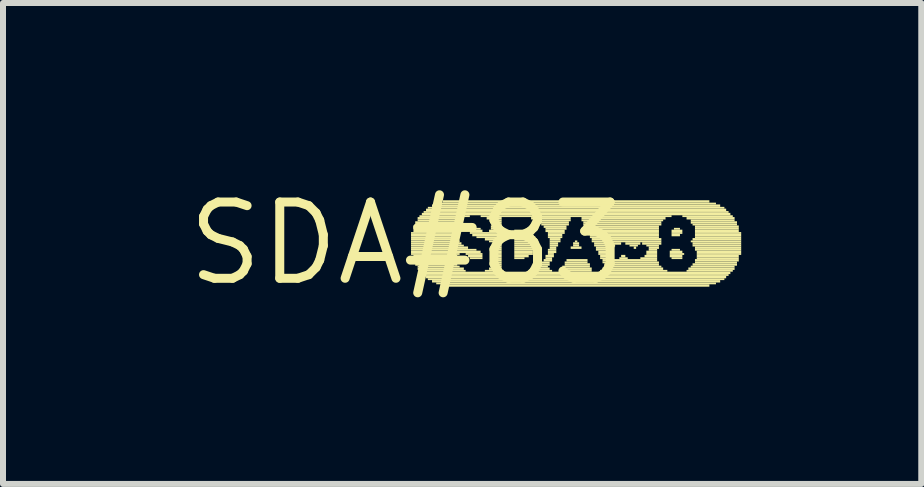
<source format=kicad_pcb>
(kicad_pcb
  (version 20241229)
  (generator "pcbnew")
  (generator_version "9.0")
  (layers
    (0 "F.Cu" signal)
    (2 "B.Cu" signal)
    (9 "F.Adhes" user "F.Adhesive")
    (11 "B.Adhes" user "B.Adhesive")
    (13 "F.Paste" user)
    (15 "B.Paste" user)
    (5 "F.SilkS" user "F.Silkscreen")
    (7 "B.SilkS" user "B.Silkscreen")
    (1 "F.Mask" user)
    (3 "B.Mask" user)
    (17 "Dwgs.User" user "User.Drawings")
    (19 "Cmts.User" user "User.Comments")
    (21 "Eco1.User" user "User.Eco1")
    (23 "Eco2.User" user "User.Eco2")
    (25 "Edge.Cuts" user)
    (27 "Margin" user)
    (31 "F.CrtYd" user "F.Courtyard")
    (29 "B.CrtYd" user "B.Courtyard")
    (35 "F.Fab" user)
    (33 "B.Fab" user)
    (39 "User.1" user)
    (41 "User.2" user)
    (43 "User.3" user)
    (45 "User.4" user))
  (footprint "SDA#83"
    (layer "F.Cu")
    (at 3.727 1.006)
    (property "Reference" "SDA#83" (at 0 0 0) (layer "F.SilkS") (effects (font (size 1.27 1.27) (thickness 0.15))))
    (fp_poly (pts (xy 0.07 -0.16) (xy 0.84 -0.16) (xy 0.84 -0.19) (xy 0.07 -0.19)) (stroke (width 0) (type solid)) (fill yes) (layer "F.SilkS"))
    (fp_poly (pts (xy 0.07 -0.12) (xy 0.84 -0.12) (xy 0.84 -0.16) (xy 0.07 -0.16)) (stroke (width 0) (type solid)) (fill yes) (layer "F.SilkS"))
    (fp_poly (pts (xy 0.07 -0.09) (xy 0.84 -0.09) (xy 0.84 -0.12) (xy 0.07 -0.12)) (stroke (width 0) (type solid)) (fill yes) (layer "F.SilkS"))
    (fp_poly (pts (xy 0.07 -0.05) (xy 0.84 -0.05) (xy 0.84 -0.09) (xy 0.07 -0.09)) (stroke (width 0) (type solid)) (fill yes) (layer "F.SilkS"))
    (fp_poly (pts (xy 0.07 -0.02) (xy 0.88 -0.02) (xy 0.88 -0.05) (xy 0.07 -0.05)) (stroke (width 0) (type solid)) (fill yes) (layer "F.SilkS"))
    (fp_poly (pts (xy 0.07 0.02) (xy 0.91 0.02) (xy 0.91 -0.02) (xy 0.07 -0.02)) (stroke (width 0) (type solid)) (fill yes) (layer "F.SilkS"))
    (fp_poly (pts (xy 0.07 0.05) (xy 0.95 0.05) (xy 0.95 0.02) (xy 0.07 0.02)) (stroke (width 0) (type solid)) (fill yes) (layer "F.SilkS"))
    (fp_poly (pts (xy 0.07 0.09) (xy 1.02 0.09) (xy 1.02 0.05) (xy 0.07 0.05)) (stroke (width 0) (type solid)) (fill yes) (layer "F.SilkS"))
    (fp_poly (pts (xy 0.07 0.12) (xy 1.16 0.12) (xy 1.16 0.09) (xy 0.07 0.09)) (stroke (width 0) (type solid)) (fill yes) (layer "F.SilkS"))
    (fp_poly (pts (xy 0.07 0.16) (xy 1.23 0.16) (xy 1.23 0.12) (xy 0.07 0.12)) (stroke (width 0) (type solid)) (fill yes) (layer "F.SilkS"))
    (fp_poly (pts (xy 0.07 0.19) (xy 0.88 0.19) (xy 0.88 0.16) (xy 0.07 0.16)) (stroke (width 0) (type solid)) (fill yes) (layer "F.SilkS"))
    (fp_poly (pts (xy 0.11 -0.26) (xy 0.84 -0.26) (xy 0.84 -0.3) (xy 0.11 -0.3)) (stroke (width 0) (type solid)) (fill yes) (layer "F.SilkS"))
    (fp_poly (pts (xy 0.11 -0.23) (xy 0.84 -0.23) (xy 0.84 -0.26) (xy 0.11 -0.26)) (stroke (width 0) (type solid)) (fill yes) (layer "F.SilkS"))
    (fp_poly (pts (xy 0.11 -0.19) (xy 0.84 -0.19) (xy 0.84 -0.23) (xy 0.11 -0.23)) (stroke (width 0) (type solid)) (fill yes) (layer "F.SilkS"))
    (fp_poly (pts (xy 0.11 0.23) (xy 0.84 0.23) (xy 0.84 0.19) (xy 0.11 0.19)) (stroke (width 0) (type solid)) (fill yes) (layer "F.SilkS"))
    (fp_poly (pts (xy 0.11 0.26) (xy 0.84 0.26) (xy 0.84 0.23) (xy 0.11 0.23)) (stroke (width 0) (type solid)) (fill yes) (layer "F.SilkS"))
    (fp_poly (pts (xy 0.11 0.3) (xy 0.81 0.3) (xy 0.81 0.26) (xy 0.11 0.26)) (stroke (width 0) (type solid)) (fill yes) (layer "F.SilkS"))
    (fp_poly (pts (xy 0.14 -0.33) (xy 0.88 -0.33) (xy 0.88 -0.37) (xy 0.14 -0.37)) (stroke (width 0) (type solid)) (fill yes) (layer "F.SilkS"))
    (fp_poly (pts (xy 0.14 -0.3) (xy 0.88 -0.3) (xy 0.88 -0.33) (xy 0.14 -0.33)) (stroke (width 0) (type solid)) (fill yes) (layer "F.SilkS"))
    (fp_poly (pts (xy 0.14 0.33) (xy 0.84 0.33) (xy 0.84 0.3) (xy 0.14 0.3)) (stroke (width 0) (type solid)) (fill yes) (layer "F.SilkS"))
    (fp_poly (pts (xy 0.14 0.37) (xy 0.84 0.37) (xy 0.84 0.33) (xy 0.14 0.33)) (stroke (width 0) (type solid)) (fill yes) (layer "F.SilkS"))
    (fp_poly (pts (xy 0.18 -0.4) (xy 0.95 -0.4) (xy 0.95 -0.44) (xy 0.18 -0.44)) (stroke (width 0) (type solid)) (fill yes) (layer "F.SilkS"))
    (fp_poly (pts (xy 0.18 -0.37) (xy 0.91 -0.37) (xy 0.91 -0.4) (xy 0.18 -0.4)) (stroke (width 0) (type solid)) (fill yes) (layer "F.SilkS"))
    (fp_poly (pts (xy 0.18 0.4) (xy 0.88 0.4) (xy 0.88 0.37) (xy 0.18 0.37)) (stroke (width 0) (type solid)) (fill yes) (layer "F.SilkS"))
    (fp_poly (pts (xy 0.18 0.44) (xy 0.95 0.44) (xy 0.95 0.4) (xy 0.18 0.4)) (stroke (width 0) (type solid)) (fill yes) (layer "F.SilkS"))
    (fp_poly (pts (xy 0.21 -0.44) (xy 1.05 -0.44) (xy 1.05 -0.47) (xy 0.21 -0.47)) (stroke (width 0) (type solid)) (fill yes) (layer "F.SilkS"))
    (fp_poly (pts (xy 0.21 0.47) (xy 0.98 0.47) (xy 0.98 0.44) (xy 0.21 0.44)) (stroke (width 0) (type solid)) (fill yes) (layer "F.SilkS"))
    (fp_poly (pts (xy 0.25 -0.47) (xy 5.39 -0.47) (xy 5.39 -0.51) (xy 0.25 -0.51)) (stroke (width 0) (type solid)) (fill yes) (layer "F.SilkS"))
    (fp_poly (pts (xy 0.25 0.51) (xy 5.39 0.51) (xy 5.39 0.47) (xy 0.25 0.47)) (stroke (width 0) (type solid)) (fill yes) (layer "F.SilkS"))
    (fp_poly (pts (xy 0.28 -0.51) (xy 5.36 -0.51) (xy 5.36 -0.54) (xy 0.28 -0.54)) (stroke (width 0) (type solid)) (fill yes) (layer "F.SilkS"))
    (fp_poly (pts (xy 0.28 0.54) (xy 5.36 0.54) (xy 5.36 0.51) (xy 0.28 0.51)) (stroke (width 0) (type solid)) (fill yes) (layer "F.SilkS"))
    (fp_poly (pts (xy 0.32 -0.54) (xy 5.32 -0.54) (xy 5.32 -0.58) (xy 0.32 -0.58)) (stroke (width 0) (type solid)) (fill yes) (layer "F.SilkS"))
    (fp_poly (pts (xy 0.32 0.58) (xy 5.32 0.58) (xy 5.32 0.54) (xy 0.32 0.54)) (stroke (width 0) (type solid)) (fill yes) (layer "F.SilkS"))
    (fp_poly (pts (xy 0.35 -0.58) (xy 5.29 -0.58) (xy 5.29 -0.61) (xy 0.35 -0.61)) (stroke (width 0) (type solid)) (fill yes) (layer "F.SilkS"))
    (fp_poly (pts (xy 0.35 0.61) (xy 5.29 0.61) (xy 5.29 0.58) (xy 0.35 0.58)) (stroke (width 0) (type solid)) (fill yes) (layer "F.SilkS"))
    (fp_poly (pts (xy 0.42 -0.61) (xy 5.22 -0.61) (xy 5.22 -0.65) (xy 0.42 -0.65)) (stroke (width 0) (type solid)) (fill yes) (layer "F.SilkS"))
    (fp_poly (pts (xy 0.42 0.65) (xy 5.22 0.65) (xy 5.22 0.61) (xy 0.42 0.61)) (stroke (width 0) (type solid)) (fill yes) (layer "F.SilkS"))
    (fp_poly (pts (xy 0.49 -0.65) (xy 5.15 -0.65) (xy 5.15 -0.68) (xy 0.49 -0.68)) (stroke (width 0) (type solid)) (fill yes) (layer "F.SilkS"))
    (fp_poly (pts (xy 0.49 0.68) (xy 5.15 0.68) (xy 5.15 0.65) (xy 0.49 0.65)) (stroke (width 0) (type solid)) (fill yes) (layer "F.SilkS"))
    (fp_poly (pts (xy 0.6 -0.68) (xy 5.04 -0.68) (xy 5.04 -0.72) (xy 0.6 -0.72)) (stroke (width 0) (type solid)) (fill yes) (layer "F.SilkS"))
    (fp_poly (pts (xy 0.6 0.72) (xy 5.04 0.72) (xy 5.04 0.68) (xy 0.6 0.68)) (stroke (width 0) (type solid)) (fill yes) (layer "F.SilkS"))
    (fp_poly (pts (xy 0.98 0.19) (xy 1.26 0.19) (xy 1.26 0.16) (xy 0.98 0.16)) (stroke (width 0) (type solid)) (fill yes) (layer "F.SilkS"))
    (fp_poly (pts (xy 1.02 0.23) (xy 1.26 0.23) (xy 1.26 0.19) (xy 1.02 0.19)) (stroke (width 0) (type solid)) (fill yes) (layer "F.SilkS"))
    (fp_poly (pts (xy 1.05 -0.19) (xy 1.26 -0.19) (xy 1.26 -0.23) (xy 1.05 -0.23)) (stroke (width 0) (type solid)) (fill yes) (layer "F.SilkS"))
    (fp_poly (pts (xy 1.05 -0.16) (xy 1.58 -0.16) (xy 1.58 -0.19) (xy 1.05 -0.19)) (stroke (width 0) (type solid)) (fill yes) (layer "F.SilkS"))
    (fp_poly (pts (xy 1.05 0.26) (xy 1.26 0.26) (xy 1.26 0.23) (xy 1.05 0.23)) (stroke (width 0) (type solid)) (fill yes) (layer "F.SilkS"))
    (fp_poly (pts (xy 1.09 -0.23) (xy 1.23 -0.23) (xy 1.23 -0.26) (xy 1.09 -0.26)) (stroke (width 0) (type solid)) (fill yes) (layer "F.SilkS"))
    (fp_poly (pts (xy 1.09 -0.12) (xy 1.58 -0.12) (xy 1.58 -0.16) (xy 1.09 -0.16)) (stroke (width 0) (type solid)) (fill yes) (layer "F.SilkS"))
    (fp_poly (pts (xy 1.16 -0.09) (xy 1.58 -0.09) (xy 1.58 -0.12) (xy 1.16 -0.12)) (stroke (width 0) (type solid)) (fill yes) (layer "F.SilkS"))
    (fp_poly (pts (xy 1.23 -0.44) (xy 4.41 -0.44) (xy 4.41 -0.47) (xy 1.23 -0.47)) (stroke (width 0) (type solid)) (fill yes) (layer "F.SilkS"))
    (fp_poly (pts (xy 1.3 -0.05) (xy 1.58 -0.05) (xy 1.58 -0.09) (xy 1.3 -0.09)) (stroke (width 0) (type solid)) (fill yes) (layer "F.SilkS"))
    (fp_poly (pts (xy 1.3 0.47) (xy 1.61 0.47) (xy 1.61 0.44) (xy 1.3 0.44)) (stroke (width 0) (type solid)) (fill yes) (layer "F.SilkS"))
    (fp_poly (pts (xy 1.33 -0.4) (xy 1.58 -0.4) (xy 1.58 -0.44) (xy 1.33 -0.44)) (stroke (width 0) (type solid)) (fill yes) (layer "F.SilkS"))
    (fp_poly (pts (xy 1.37 -0.19) (xy 1.58 -0.19) (xy 1.58 -0.23) (xy 1.37 -0.23)) (stroke (width 0) (type solid)) (fill yes) (layer "F.SilkS"))
    (fp_poly (pts (xy 1.37 -0.02) (xy 1.58 -0.02) (xy 1.58 -0.05) (xy 1.37 -0.05)) (stroke (width 0) (type solid)) (fill yes) (layer "F.SilkS"))
    (fp_poly (pts (xy 1.37 0.44) (xy 1.58 0.44) (xy 1.58 0.4) (xy 1.37 0.4)) (stroke (width 0) (type solid)) (fill yes) (layer "F.SilkS"))
    (fp_poly (pts (xy 1.4 -0.37) (xy 1.58 -0.37) (xy 1.58 -0.4) (xy 1.4 -0.4)) (stroke (width 0) (type solid)) (fill yes) (layer "F.SilkS"))
    (fp_poly (pts (xy 1.4 -0.26) (xy 1.58 -0.26) (xy 1.58 -0.3) (xy 1.4 -0.3)) (stroke (width 0) (type solid)) (fill yes) (layer "F.SilkS"))
    (fp_poly (pts (xy 1.4 -0.23) (xy 1.58 -0.23) (xy 1.58 -0.26) (xy 1.4 -0.26)) (stroke (width 0) (type solid)) (fill yes) (layer "F.SilkS"))
    (fp_poly (pts (xy 1.4 0.4) (xy 1.58 0.4) (xy 1.58 0.37) (xy 1.4 0.37)) (stroke (width 0) (type solid)) (fill yes) (layer "F.SilkS"))
    (fp_poly (pts (xy 1.44 -0.33) (xy 1.58 -0.33) (xy 1.58 -0.37) (xy 1.44 -0.37)) (stroke (width 0) (type solid)) (fill yes) (layer "F.SilkS"))
    (fp_poly (pts (xy 1.44 -0.3) (xy 1.58 -0.3) (xy 1.58 -0.33) (xy 1.44 -0.33)) (stroke (width 0) (type solid)) (fill yes) (layer "F.SilkS"))
    (fp_poly (pts (xy 1.44 0.02) (xy 1.58 0.02) (xy 1.58 -0.02) (xy 1.44 -0.02)) (stroke (width 0) (type solid)) (fill yes) (layer "F.SilkS"))
    (fp_poly (pts (xy 1.44 0.05) (xy 1.58 0.05) (xy 1.58 0.02) (xy 1.44 0.02)) (stroke (width 0) (type solid)) (fill yes) (layer "F.SilkS"))
    (fp_poly (pts (xy 1.44 0.37) (xy 1.58 0.37) (xy 1.58 0.33) (xy 1.44 0.33)) (stroke (width 0) (type solid)) (fill yes) (layer "F.SilkS"))
    (fp_poly (pts (xy 1.47 0.09) (xy 1.58 0.09) (xy 1.58 0.05) (xy 1.47 0.05)) (stroke (width 0) (type solid)) (fill yes) (layer "F.SilkS"))
    (fp_poly (pts (xy 1.47 0.12) (xy 1.58 0.12) (xy 1.58 0.09) (xy 1.47 0.09)) (stroke (width 0) (type solid)) (fill yes) (layer "F.SilkS"))
    (fp_poly (pts (xy 1.47 0.16) (xy 1.58 0.16) (xy 1.58 0.12) (xy 1.47 0.12)) (stroke (width 0) (type solid)) (fill yes) (layer "F.SilkS"))
    (fp_poly (pts (xy 1.47 0.19) (xy 1.58 0.19) (xy 1.58 0.16) (xy 1.47 0.16)) (stroke (width 0) (type solid)) (fill yes) (layer "F.SilkS"))
    (fp_poly (pts (xy 1.47 0.23) (xy 1.58 0.23) (xy 1.58 0.19) (xy 1.47 0.19)) (stroke (width 0) (type solid)) (fill yes) (layer "F.SilkS"))
    (fp_poly (pts (xy 1.47 0.26) (xy 1.58 0.26) (xy 1.58 0.23) (xy 1.47 0.23)) (stroke (width 0) (type solid)) (fill yes) (layer "F.SilkS"))
    (fp_poly (pts (xy 1.47 0.3) (xy 1.58 0.3) (xy 1.58 0.26) (xy 1.47 0.26)) (stroke (width 0) (type solid)) (fill yes) (layer "F.SilkS"))
    (fp_poly (pts (xy 1.47 0.33) (xy 1.58 0.33) (xy 1.58 0.3) (xy 1.47 0.3)) (stroke (width 0) (type solid)) (fill yes) (layer "F.SilkS"))
    (fp_poly (pts (xy 1.79 -0.19) (xy 2 -0.19) (xy 2 -0.23) (xy 1.79 -0.23)) (stroke (width 0) (type solid)) (fill yes) (layer "F.SilkS"))
    (fp_poly (pts (xy 1.79 -0.16) (xy 2.07 -0.16) (xy 2.07 -0.19) (xy 1.79 -0.19)) (stroke (width 0) (type solid)) (fill yes) (layer "F.SilkS"))
    (fp_poly (pts (xy 1.79 -0.12) (xy 2.1 -0.12) (xy 2.1 -0.16) (xy 1.79 -0.16)) (stroke (width 0) (type solid)) (fill yes) (layer "F.SilkS"))
    (fp_poly (pts (xy 1.79 -0.09) (xy 2.14 -0.09) (xy 2.14 -0.12) (xy 1.79 -0.12)) (stroke (width 0) (type solid)) (fill yes) (layer "F.SilkS"))
    (fp_poly (pts (xy 1.79 -0.05) (xy 2.14 -0.05) (xy 2.14 -0.09) (xy 1.79 -0.09)) (stroke (width 0) (type solid)) (fill yes) (layer "F.SilkS"))
    (fp_poly (pts (xy 1.79 -0.02) (xy 2.14 -0.02) (xy 2.14 -0.05) (xy 1.79 -0.05)) (stroke (width 0) (type solid)) (fill yes) (layer "F.SilkS"))
    (fp_poly (pts (xy 1.79 0.02) (xy 2.14 0.02) (xy 2.14 -0.02) (xy 1.79 -0.02)) (stroke (width 0) (type solid)) (fill yes) (layer "F.SilkS"))
    (fp_poly (pts (xy 1.79 0.05) (xy 2.14 0.05) (xy 2.14 0.02) (xy 1.79 0.02)) (stroke (width 0) (type solid)) (fill yes) (layer "F.SilkS"))
    (fp_poly (pts (xy 1.79 0.09) (xy 2.14 0.09) (xy 2.14 0.05) (xy 1.79 0.05)) (stroke (width 0) (type solid)) (fill yes) (layer "F.SilkS"))
    (fp_poly (pts (xy 1.79 0.12) (xy 2.14 0.12) (xy 2.14 0.09) (xy 1.79 0.09)) (stroke (width 0) (type solid)) (fill yes) (layer "F.SilkS"))
    (fp_poly (pts (xy 1.79 0.16) (xy 2.1 0.16) (xy 2.1 0.12) (xy 1.79 0.12)) (stroke (width 0) (type solid)) (fill yes) (layer "F.SilkS"))
    (fp_poly (pts (xy 1.79 0.19) (xy 2.1 0.19) (xy 2.1 0.16) (xy 1.79 0.16)) (stroke (width 0) (type solid)) (fill yes) (layer "F.SilkS"))
    (fp_poly (pts (xy 1.79 0.23) (xy 2.03 0.23) (xy 2.03 0.19) (xy 1.79 0.19)) (stroke (width 0) (type solid)) (fill yes) (layer "F.SilkS"))
    (fp_poly (pts (xy 1.79 0.26) (xy 1.96 0.26) (xy 1.96 0.23) (xy 1.79 0.23)) (stroke (width 0) (type solid)) (fill yes) (layer "F.SilkS"))
    (fp_poly (pts (xy 2.03 0.47) (xy 2.42 0.47) (xy 2.42 0.44) (xy 2.03 0.44)) (stroke (width 0) (type solid)) (fill yes) (layer "F.SilkS"))
    (fp_poly (pts (xy 2.07 -0.4) (xy 2.73 -0.4) (xy 2.73 -0.44) (xy 2.07 -0.44)) (stroke (width 0) (type solid)) (fill yes) (layer "F.SilkS"))
    (fp_poly (pts (xy 2.14 -0.37) (xy 2.73 -0.37) (xy 2.73 -0.4) (xy 2.14 -0.4)) (stroke (width 0) (type solid)) (fill yes) (layer "F.SilkS"))
    (fp_poly (pts (xy 2.14 0.44) (xy 2.38 0.44) (xy 2.38 0.4) (xy 2.14 0.4)) (stroke (width 0) (type solid)) (fill yes) (layer "F.SilkS"))
    (fp_poly (pts (xy 2.17 0.4) (xy 2.35 0.4) (xy 2.35 0.37) (xy 2.17 0.37)) (stroke (width 0) (type solid)) (fill yes) (layer "F.SilkS"))
    (fp_poly (pts (xy 2.21 -0.33) (xy 2.7 -0.33) (xy 2.7 -0.37) (xy 2.21 -0.37)) (stroke (width 0) (type solid)) (fill yes) (layer "F.SilkS"))
    (fp_poly (pts (xy 2.21 0.37) (xy 2.38 0.37) (xy 2.38 0.33) (xy 2.21 0.33)) (stroke (width 0) (type solid)) (fill yes) (layer "F.SilkS"))
    (fp_poly (pts (xy 2.24 -0.3) (xy 2.7 -0.3) (xy 2.7 -0.33) (xy 2.24 -0.33)) (stroke (width 0) (type solid)) (fill yes) (layer "F.SilkS"))
    (fp_poly (pts (xy 2.24 0.33) (xy 2.38 0.33) (xy 2.38 0.3) (xy 2.24 0.3)) (stroke (width 0) (type solid)) (fill yes) (layer "F.SilkS"))
    (fp_poly (pts (xy 2.28 -0.26) (xy 2.66 -0.26) (xy 2.66 -0.3) (xy 2.28 -0.3)) (stroke (width 0) (type solid)) (fill yes) (layer "F.SilkS"))
    (fp_poly (pts (xy 2.28 0.3) (xy 2.42 0.3) (xy 2.42 0.26) (xy 2.28 0.26)) (stroke (width 0) (type solid)) (fill yes) (layer "F.SilkS"))
    (fp_poly (pts (xy 2.31 -0.23) (xy 2.66 -0.23) (xy 2.66 -0.26) (xy 2.31 -0.26)) (stroke (width 0) (type solid)) (fill yes) (layer "F.SilkS"))
    (fp_poly (pts (xy 2.31 -0.19) (xy 2.63 -0.19) (xy 2.63 -0.23) (xy 2.31 -0.23)) (stroke (width 0) (type solid)) (fill yes) (layer "F.SilkS"))
    (fp_poly (pts (xy 2.31 0.23) (xy 2.45 0.23) (xy 2.45 0.19) (xy 2.31 0.19)) (stroke (width 0) (type solid)) (fill yes) (layer "F.SilkS"))
    (fp_poly (pts (xy 2.31 0.26) (xy 2.42 0.26) (xy 2.42 0.23) (xy 2.31 0.23)) (stroke (width 0) (type solid)) (fill yes) (layer "F.SilkS"))
    (fp_poly (pts (xy 2.35 -0.16) (xy 2.63 -0.16) (xy 2.63 -0.19) (xy 2.35 -0.19)) (stroke (width 0) (type solid)) (fill yes) (layer "F.SilkS"))
    (fp_poly (pts (xy 2.35 -0.12) (xy 2.59 -0.12) (xy 2.59 -0.16) (xy 2.35 -0.16)) (stroke (width 0) (type solid)) (fill yes) (layer "F.SilkS"))
    (fp_poly (pts (xy 2.35 -0.09) (xy 2.59 -0.09) (xy 2.59 -0.12) (xy 2.35 -0.12)) (stroke (width 0) (type solid)) (fill yes) (layer "F.SilkS"))
    (fp_poly (pts (xy 2.35 0.12) (xy 2.49 0.12) (xy 2.49 0.09) (xy 2.35 0.09)) (stroke (width 0) (type solid)) (fill yes) (layer "F.SilkS"))
    (fp_poly (pts (xy 2.35 0.16) (xy 2.49 0.16) (xy 2.49 0.12) (xy 2.35 0.12)) (stroke (width 0) (type solid)) (fill yes) (layer "F.SilkS"))
    (fp_poly (pts (xy 2.35 0.19) (xy 2.45 0.19) (xy 2.45 0.16) (xy 2.35 0.16)) (stroke (width 0) (type solid)) (fill yes) (layer "F.SilkS"))
    (fp_poly (pts (xy 2.38 -0.05) (xy 2.56 -0.05) (xy 2.56 -0.09) (xy 2.38 -0.09)) (stroke (width 0) (type solid)) (fill yes) (layer "F.SilkS"))
    (fp_poly (pts (xy 2.38 -0.02) (xy 2.56 -0.02) (xy 2.56 -0.05) (xy 2.38 -0.05)) (stroke (width 0) (type solid)) (fill yes) (layer "F.SilkS"))
    (fp_poly (pts (xy 2.38 0.02) (xy 2.52 0.02) (xy 2.52 -0.02) (xy 2.38 -0.02)) (stroke (width 0) (type solid)) (fill yes) (layer "F.SilkS"))
    (fp_poly (pts (xy 2.38 0.05) (xy 2.52 0.05) (xy 2.52 0.02) (xy 2.38 0.02)) (stroke (width 0) (type solid)) (fill yes) (layer "F.SilkS"))
    (fp_poly (pts (xy 2.38 0.09) (xy 2.49 0.09) (xy 2.49 0.05) (xy 2.38 0.05)) (stroke (width 0) (type solid)) (fill yes) (layer "F.SilkS"))
    (fp_poly (pts (xy 2.56 0.47) (xy 3.08 0.47) (xy 3.08 0.44) (xy 2.56 0.44)) (stroke (width 0) (type solid)) (fill yes) (layer "F.SilkS"))
    (fp_poly (pts (xy 2.59 0.4) (xy 3.05 0.4) (xy 3.05 0.37) (xy 2.59 0.37)) (stroke (width 0) (type solid)) (fill yes) (layer "F.SilkS"))
    (fp_poly (pts (xy 2.59 0.44) (xy 3.08 0.44) (xy 3.08 0.4) (xy 2.59 0.4)) (stroke (width 0) (type solid)) (fill yes) (layer "F.SilkS"))
    (fp_poly (pts (xy 2.63 0.33) (xy 3.01 0.33) (xy 3.01 0.3) (xy 2.63 0.3)) (stroke (width 0) (type solid)) (fill yes) (layer "F.SilkS"))
    (fp_poly (pts (xy 2.63 0.37) (xy 3.05 0.37) (xy 3.05 0.33) (xy 2.63 0.33)) (stroke (width 0) (type solid)) (fill yes) (layer "F.SilkS"))
    (fp_poly (pts (xy 2.66 0.3) (xy 3.01 0.3) (xy 3.01 0.26) (xy 2.66 0.26)) (stroke (width 0) (type solid)) (fill yes) (layer "F.SilkS"))
    (fp_poly (pts (xy 2.73 0.09) (xy 2.91 0.09) (xy 2.91 0.05) (xy 2.73 0.05)) (stroke (width 0) (type solid)) (fill yes) (layer "F.SilkS"))
    (fp_poly (pts (xy 2.77 0.02) (xy 2.87 0.02) (xy 2.87 -0.02) (xy 2.77 -0.02)) (stroke (width 0) (type solid)) (fill yes) (layer "F.SilkS"))
    (fp_poly (pts (xy 2.77 0.05) (xy 2.87 0.05) (xy 2.87 0.02) (xy 2.77 0.02)) (stroke (width 0) (type solid)) (fill yes) (layer "F.SilkS"))
    (fp_poly (pts (xy 2.8 -0.02) (xy 2.84 -0.02) (xy 2.84 -0.05) (xy 2.8 -0.05)) (stroke (width 0) (type solid)) (fill yes) (layer "F.SilkS"))
    (fp_poly (pts (xy 2.91 -0.4) (xy 4.31 -0.4) (xy 4.31 -0.44) (xy 2.91 -0.44)) (stroke (width 0) (type solid)) (fill yes) (layer "F.SilkS"))
    (fp_poly (pts (xy 2.91 -0.37) (xy 4.27 -0.37) (xy 4.27 -0.4) (xy 2.91 -0.4)) (stroke (width 0) (type solid)) (fill yes) (layer "F.SilkS"))
    (fp_poly (pts (xy 2.94 -0.33) (xy 4.24 -0.33) (xy 4.24 -0.37) (xy 2.94 -0.37)) (stroke (width 0) (type solid)) (fill yes) (layer "F.SilkS"))
    (fp_poly (pts (xy 2.94 -0.3) (xy 4.24 -0.3) (xy 4.24 -0.33) (xy 2.94 -0.33)) (stroke (width 0) (type solid)) (fill yes) (layer "F.SilkS"))
    (fp_poly (pts (xy 2.98 -0.26) (xy 4.2 -0.26) (xy 4.2 -0.3) (xy 2.98 -0.3)) (stroke (width 0) (type solid)) (fill yes) (layer "F.SilkS"))
    (fp_poly (pts (xy 2.98 -0.23) (xy 4.2 -0.23) (xy 4.2 -0.26) (xy 2.98 -0.26)) (stroke (width 0) (type solid)) (fill yes) (layer "F.SilkS"))
    (fp_poly (pts (xy 3.01 -0.19) (xy 4.2 -0.19) (xy 4.2 -0.23) (xy 3.01 -0.23)) (stroke (width 0) (type solid)) (fill yes) (layer "F.SilkS"))
    (fp_poly (pts (xy 3.01 -0.16) (xy 4.2 -0.16) (xy 4.2 -0.19) (xy 3.01 -0.19)) (stroke (width 0) (type solid)) (fill yes) (layer "F.SilkS"))
    (fp_poly (pts (xy 3.05 -0.12) (xy 4.2 -0.12) (xy 4.2 -0.16) (xy 3.05 -0.16)) (stroke (width 0) (type solid)) (fill yes) (layer "F.SilkS"))
    (fp_poly (pts (xy 3.05 -0.09) (xy 4.2 -0.09) (xy 4.2 -0.12) (xy 3.05 -0.12)) (stroke (width 0) (type solid)) (fill yes) (layer "F.SilkS"))
    (fp_poly (pts (xy 3.08 -0.05) (xy 4.24 -0.05) (xy 4.24 -0.09) (xy 3.08 -0.09)) (stroke (width 0) (type solid)) (fill yes) (layer "F.SilkS"))
    (fp_poly (pts (xy 3.08 -0.02) (xy 4.24 -0.02) (xy 4.24 -0.05) (xy 3.08 -0.05)) (stroke (width 0) (type solid)) (fill yes) (layer "F.SilkS"))
    (fp_poly (pts (xy 3.12 0.02) (xy 3.57 0.02) (xy 3.57 -0.02) (xy 3.12 -0.02)) (stroke (width 0) (type solid)) (fill yes) (layer "F.SilkS"))
    (fp_poly (pts (xy 3.12 0.05) (xy 3.47 0.05) (xy 3.47 0.02) (xy 3.12 0.02)) (stroke (width 0) (type solid)) (fill yes) (layer "F.SilkS"))
    (fp_poly (pts (xy 3.15 0.09) (xy 3.43 0.09) (xy 3.43 0.05) (xy 3.15 0.05)) (stroke (width 0) (type solid)) (fill yes) (layer "F.SilkS"))
    (fp_poly (pts (xy 3.15 0.12) (xy 3.4 0.12) (xy 3.4 0.09) (xy 3.15 0.09)) (stroke (width 0) (type solid)) (fill yes) (layer "F.SilkS"))
    (fp_poly (pts (xy 3.19 0.16) (xy 3.36 0.16) (xy 3.36 0.12) (xy 3.19 0.12)) (stroke (width 0) (type solid)) (fill yes) (layer "F.SilkS"))
    (fp_poly (pts (xy 3.19 0.19) (xy 3.36 0.19) (xy 3.36 0.16) (xy 3.19 0.16)) (stroke (width 0) (type solid)) (fill yes) (layer "F.SilkS"))
    (fp_poly (pts (xy 3.22 0.23) (xy 3.4 0.23) (xy 3.4 0.19) (xy 3.22 0.19)) (stroke (width 0) (type solid)) (fill yes) (layer "F.SilkS"))
    (fp_poly (pts (xy 3.22 0.26) (xy 3.43 0.26) (xy 3.43 0.23) (xy 3.22 0.23)) (stroke (width 0) (type solid)) (fill yes) (layer "F.SilkS"))
    (fp_poly (pts (xy 3.22 0.47) (xy 4.34 0.47) (xy 4.34 0.44) (xy 3.22 0.44)) (stroke (width 0) (type solid)) (fill yes) (layer "F.SilkS"))
    (fp_poly (pts (xy 3.26 0.3) (xy 4.17 0.3) (xy 4.17 0.26) (xy 3.26 0.26)) (stroke (width 0) (type solid)) (fill yes) (layer "F.SilkS"))
    (fp_poly (pts (xy 3.26 0.33) (xy 4.2 0.33) (xy 4.2 0.3) (xy 3.26 0.3)) (stroke (width 0) (type solid)) (fill yes) (layer "F.SilkS"))
    (fp_poly (pts (xy 3.26 0.44) (xy 4.27 0.44) (xy 4.27 0.4) (xy 3.26 0.4)) (stroke (width 0) (type solid)) (fill yes) (layer "F.SilkS"))
    (fp_poly (pts (xy 3.29 0.37) (xy 4.2 0.37) (xy 4.2 0.33) (xy 3.29 0.33)) (stroke (width 0) (type solid)) (fill yes) (layer "F.SilkS"))
    (fp_poly (pts (xy 3.29 0.4) (xy 4.24 0.4) (xy 4.24 0.37) (xy 3.29 0.37)) (stroke (width 0) (type solid)) (fill yes) (layer "F.SilkS"))
    (fp_poly (pts (xy 3.54 0.26) (xy 3.68 0.26) (xy 3.68 0.23) (xy 3.54 0.23)) (stroke (width 0) (type solid)) (fill yes) (layer "F.SilkS"))
    (fp_poly (pts (xy 3.57 0.23) (xy 3.64 0.23) (xy 3.64 0.19) (xy 3.57 0.19)) (stroke (width 0) (type solid)) (fill yes) (layer "F.SilkS"))
    (fp_poly (pts (xy 3.64 0.02) (xy 3.89 0.02) (xy 3.89 -0.02) (xy 3.64 -0.02)) (stroke (width 0) (type solid)) (fill yes) (layer "F.SilkS"))
    (fp_poly (pts (xy 3.71 0.05) (xy 3.85 0.05) (xy 3.85 0.02) (xy 3.71 0.02)) (stroke (width 0) (type solid)) (fill yes) (layer "F.SilkS"))
    (fp_poly (pts (xy 3.78 0.09) (xy 3.82 0.09) (xy 3.82 0.05) (xy 3.78 0.05)) (stroke (width 0) (type solid)) (fill yes) (layer "F.SilkS"))
    (fp_poly (pts (xy 3.89 0.26) (xy 4.17 0.26) (xy 4.17 0.23) (xy 3.89 0.23)) (stroke (width 0) (type solid)) (fill yes) (layer "F.SilkS"))
    (fp_poly (pts (xy 3.92 0.02) (xy 4.24 0.02) (xy 4.24 -0.02) (xy 3.92 -0.02)) (stroke (width 0) (type solid)) (fill yes) (layer "F.SilkS"))
    (fp_poly (pts (xy 3.96 0.23) (xy 4.17 0.23) (xy 4.17 0.19) (xy 3.96 0.19)) (stroke (width 0) (type solid)) (fill yes) (layer "F.SilkS"))
    (fp_poly (pts (xy 3.99 0.05) (xy 4.2 0.05) (xy 4.2 0.02) (xy 3.99 0.02)) (stroke (width 0) (type solid)) (fill yes) (layer "F.SilkS"))
    (fp_poly (pts (xy 3.99 0.16) (xy 4.17 0.16) (xy 4.17 0.12) (xy 3.99 0.12)) (stroke (width 0) (type solid)) (fill yes) (layer "F.SilkS"))
    (fp_poly (pts (xy 3.99 0.19) (xy 4.17 0.19) (xy 4.17 0.16) (xy 3.99 0.16)) (stroke (width 0) (type solid)) (fill yes) (layer "F.SilkS"))
    (fp_poly (pts (xy 4.03 0.09) (xy 4.2 0.09) (xy 4.2 0.05) (xy 4.03 0.05)) (stroke (width 0) (type solid)) (fill yes) (layer "F.SilkS"))
    (fp_poly (pts (xy 4.03 0.12) (xy 4.17 0.12) (xy 4.17 0.09) (xy 4.03 0.09)) (stroke (width 0) (type solid)) (fill yes) (layer "F.SilkS"))
    (fp_poly (pts (xy 4.38 0.16) (xy 4.59 0.16) (xy 4.59 0.12) (xy 4.38 0.12)) (stroke (width 0) (type solid)) (fill yes) (layer "F.SilkS"))
    (fp_poly (pts (xy 4.38 0.19) (xy 4.62 0.19) (xy 4.62 0.16) (xy 4.38 0.16)) (stroke (width 0) (type solid)) (fill yes) (layer "F.SilkS"))
    (fp_poly (pts (xy 4.38 0.23) (xy 4.59 0.23) (xy 4.59 0.19) (xy 4.38 0.19)) (stroke (width 0) (type solid)) (fill yes) (layer "F.SilkS"))
    (fp_poly (pts (xy 4.41 -0.19) (xy 4.59 -0.19) (xy 4.59 -0.23) (xy 4.41 -0.23)) (stroke (width 0) (type solid)) (fill yes) (layer "F.SilkS"))
    (fp_poly (pts (xy 4.41 -0.16) (xy 4.59 -0.16) (xy 4.59 -0.19) (xy 4.41 -0.19)) (stroke (width 0) (type solid)) (fill yes) (layer "F.SilkS"))
    (fp_poly (pts (xy 4.41 -0.12) (xy 4.55 -0.12) (xy 4.55 -0.16) (xy 4.41 -0.16)) (stroke (width 0) (type solid)) (fill yes) (layer "F.SilkS"))
    (fp_poly (pts (xy 4.41 0.12) (xy 4.55 0.12) (xy 4.55 0.09) (xy 4.41 0.09)) (stroke (width 0) (type solid)) (fill yes) (layer "F.SilkS"))
    (fp_poly (pts (xy 4.41 0.26) (xy 4.59 0.26) (xy 4.59 0.23) (xy 4.41 0.23)) (stroke (width 0) (type solid)) (fill yes) (layer "F.SilkS"))
    (fp_poly (pts (xy 4.45 -0.23) (xy 4.55 -0.23) (xy 4.55 -0.26) (xy 4.45 -0.26)) (stroke (width 0) (type solid)) (fill yes) (layer "F.SilkS"))
    (fp_poly (pts (xy 4.59 -0.44) (xy 5.43 -0.44) (xy 5.43 -0.47) (xy 4.59 -0.47)) (stroke (width 0) (type solid)) (fill yes) (layer "F.SilkS"))
    (fp_poly (pts (xy 4.66 -0.4) (xy 5.46 -0.4) (xy 5.46 -0.44) (xy 4.66 -0.44)) (stroke (width 0) (type solid)) (fill yes) (layer "F.SilkS"))
    (fp_poly (pts (xy 4.66 0.47) (xy 5.43 0.47) (xy 5.43 0.44) (xy 4.66 0.44)) (stroke (width 0) (type solid)) (fill yes) (layer "F.SilkS"))
    (fp_poly (pts (xy 4.69 0.44) (xy 5.46 0.44) (xy 5.46 0.4) (xy 4.69 0.4)) (stroke (width 0) (type solid)) (fill yes) (layer "F.SilkS"))
    (fp_poly (pts (xy 4.73 -0.37) (xy 5.46 -0.37) (xy 5.46 -0.4) (xy 4.73 -0.4)) (stroke (width 0) (type solid)) (fill yes) (layer "F.SilkS"))
    (fp_poly (pts (xy 4.73 -0.33) (xy 5.5 -0.33) (xy 5.5 -0.37) (xy 4.73 -0.37)) (stroke (width 0) (type solid)) (fill yes) (layer "F.SilkS"))
    (fp_poly (pts (xy 4.73 -0.02) (xy 5.57 -0.02) (xy 5.57 -0.05) (xy 4.73 -0.05)) (stroke (width 0) (type solid)) (fill yes) (layer "F.SilkS"))
    (fp_poly (pts (xy 4.73 0.4) (xy 5.46 0.4) (xy 5.46 0.37) (xy 4.73 0.37)) (stroke (width 0) (type solid)) (fill yes) (layer "F.SilkS"))
    (fp_poly (pts (xy 4.76 -0.3) (xy 5.5 -0.3) (xy 5.5 -0.33) (xy 4.76 -0.33)) (stroke (width 0) (type solid)) (fill yes) (layer "F.SilkS"))
    (fp_poly (pts (xy 4.76 -0.05) (xy 5.57 -0.05) (xy 5.57 -0.09) (xy 4.76 -0.09)) (stroke (width 0) (type solid)) (fill yes) (layer "F.SilkS"))
    (fp_poly (pts (xy 4.76 0.02) (xy 5.57 0.02) (xy 5.57 -0.02) (xy 4.76 -0.02)) (stroke (width 0) (type solid)) (fill yes) (layer "F.SilkS"))
    (fp_poly (pts (xy 4.76 0.05) (xy 5.57 0.05) (xy 5.57 0.02) (xy 4.76 0.02)) (stroke (width 0) (type solid)) (fill yes) (layer "F.SilkS"))
    (fp_poly (pts (xy 4.76 0.37) (xy 5.5 0.37) (xy 5.5 0.33) (xy 4.76 0.33)) (stroke (width 0) (type solid)) (fill yes) (layer "F.SilkS"))
    (fp_poly (pts (xy 4.8 -0.26) (xy 5.53 -0.26) (xy 5.53 -0.3) (xy 4.8 -0.3)) (stroke (width 0) (type solid)) (fill yes) (layer "F.SilkS"))
    (fp_poly (pts (xy 4.8 -0.23) (xy 5.53 -0.23) (xy 5.53 -0.26) (xy 4.8 -0.26)) (stroke (width 0) (type solid)) (fill yes) (layer "F.SilkS"))
    (fp_poly (pts (xy 4.8 -0.19) (xy 5.53 -0.19) (xy 5.53 -0.23) (xy 4.8 -0.23)) (stroke (width 0) (type solid)) (fill yes) (layer "F.SilkS"))
    (fp_poly (pts (xy 4.8 -0.16) (xy 5.57 -0.16) (xy 5.57 -0.19) (xy 4.8 -0.19)) (stroke (width 0) (type solid)) (fill yes) (layer "F.SilkS"))
    (fp_poly (pts (xy 4.8 -0.12) (xy 5.57 -0.12) (xy 5.57 -0.16) (xy 4.8 -0.16)) (stroke (width 0) (type solid)) (fill yes) (layer "F.SilkS"))
    (fp_poly (pts (xy 4.8 -0.09) (xy 5.57 -0.09) (xy 5.57 -0.12) (xy 4.8 -0.12)) (stroke (width 0) (type solid)) (fill yes) (layer "F.SilkS"))
    (fp_poly (pts (xy 4.8 0.09) (xy 5.57 0.09) (xy 5.57 0.05) (xy 4.8 0.05)) (stroke (width 0) (type solid)) (fill yes) (layer "F.SilkS"))
    (fp_poly (pts (xy 4.8 0.12) (xy 5.57 0.12) (xy 5.57 0.09) (xy 4.8 0.09)) (stroke (width 0) (type solid)) (fill yes) (layer "F.SilkS"))
    (fp_poly (pts (xy 4.8 0.3) (xy 5.53 0.3) (xy 5.53 0.26) (xy 4.8 0.26)) (stroke (width 0) (type solid)) (fill yes) (layer "F.SilkS"))
    (fp_poly (pts (xy 4.8 0.33) (xy 5.5 0.33) (xy 5.5 0.3) (xy 4.8 0.3)) (stroke (width 0) (type solid)) (fill yes) (layer "F.SilkS"))
    (fp_poly (pts (xy 4.83 0.16) (xy 5.57 0.16) (xy 5.57 0.12) (xy 4.83 0.12)) (stroke (width 0) (type solid)) (fill yes) (layer "F.SilkS"))
    (fp_poly (pts (xy 4.83 0.19) (xy 5.57 0.19) (xy 5.57 0.16) (xy 4.83 0.16)) (stroke (width 0) (type solid)) (fill yes) (layer "F.SilkS"))
    (fp_poly (pts (xy 4.83 0.23) (xy 5.53 0.23) (xy 5.53 0.19) (xy 4.83 0.19)) (stroke (width 0) (type solid)) (fill yes) (layer "F.SilkS"))
    (fp_poly (pts (xy 4.83 0.26) (xy 5.53 0.26) (xy 5.53 0.23) (xy 4.83 0.23)) (stroke (width 0) (type solid)) (fill yes) (layer "F.SilkS")))
  (gr_rect
    (start -3 -3)
    (end 12.297 5.012)
    (stroke (width 0.1) (type default))
    (fill no)
    (layer "Edge.Cuts")))
</source>
